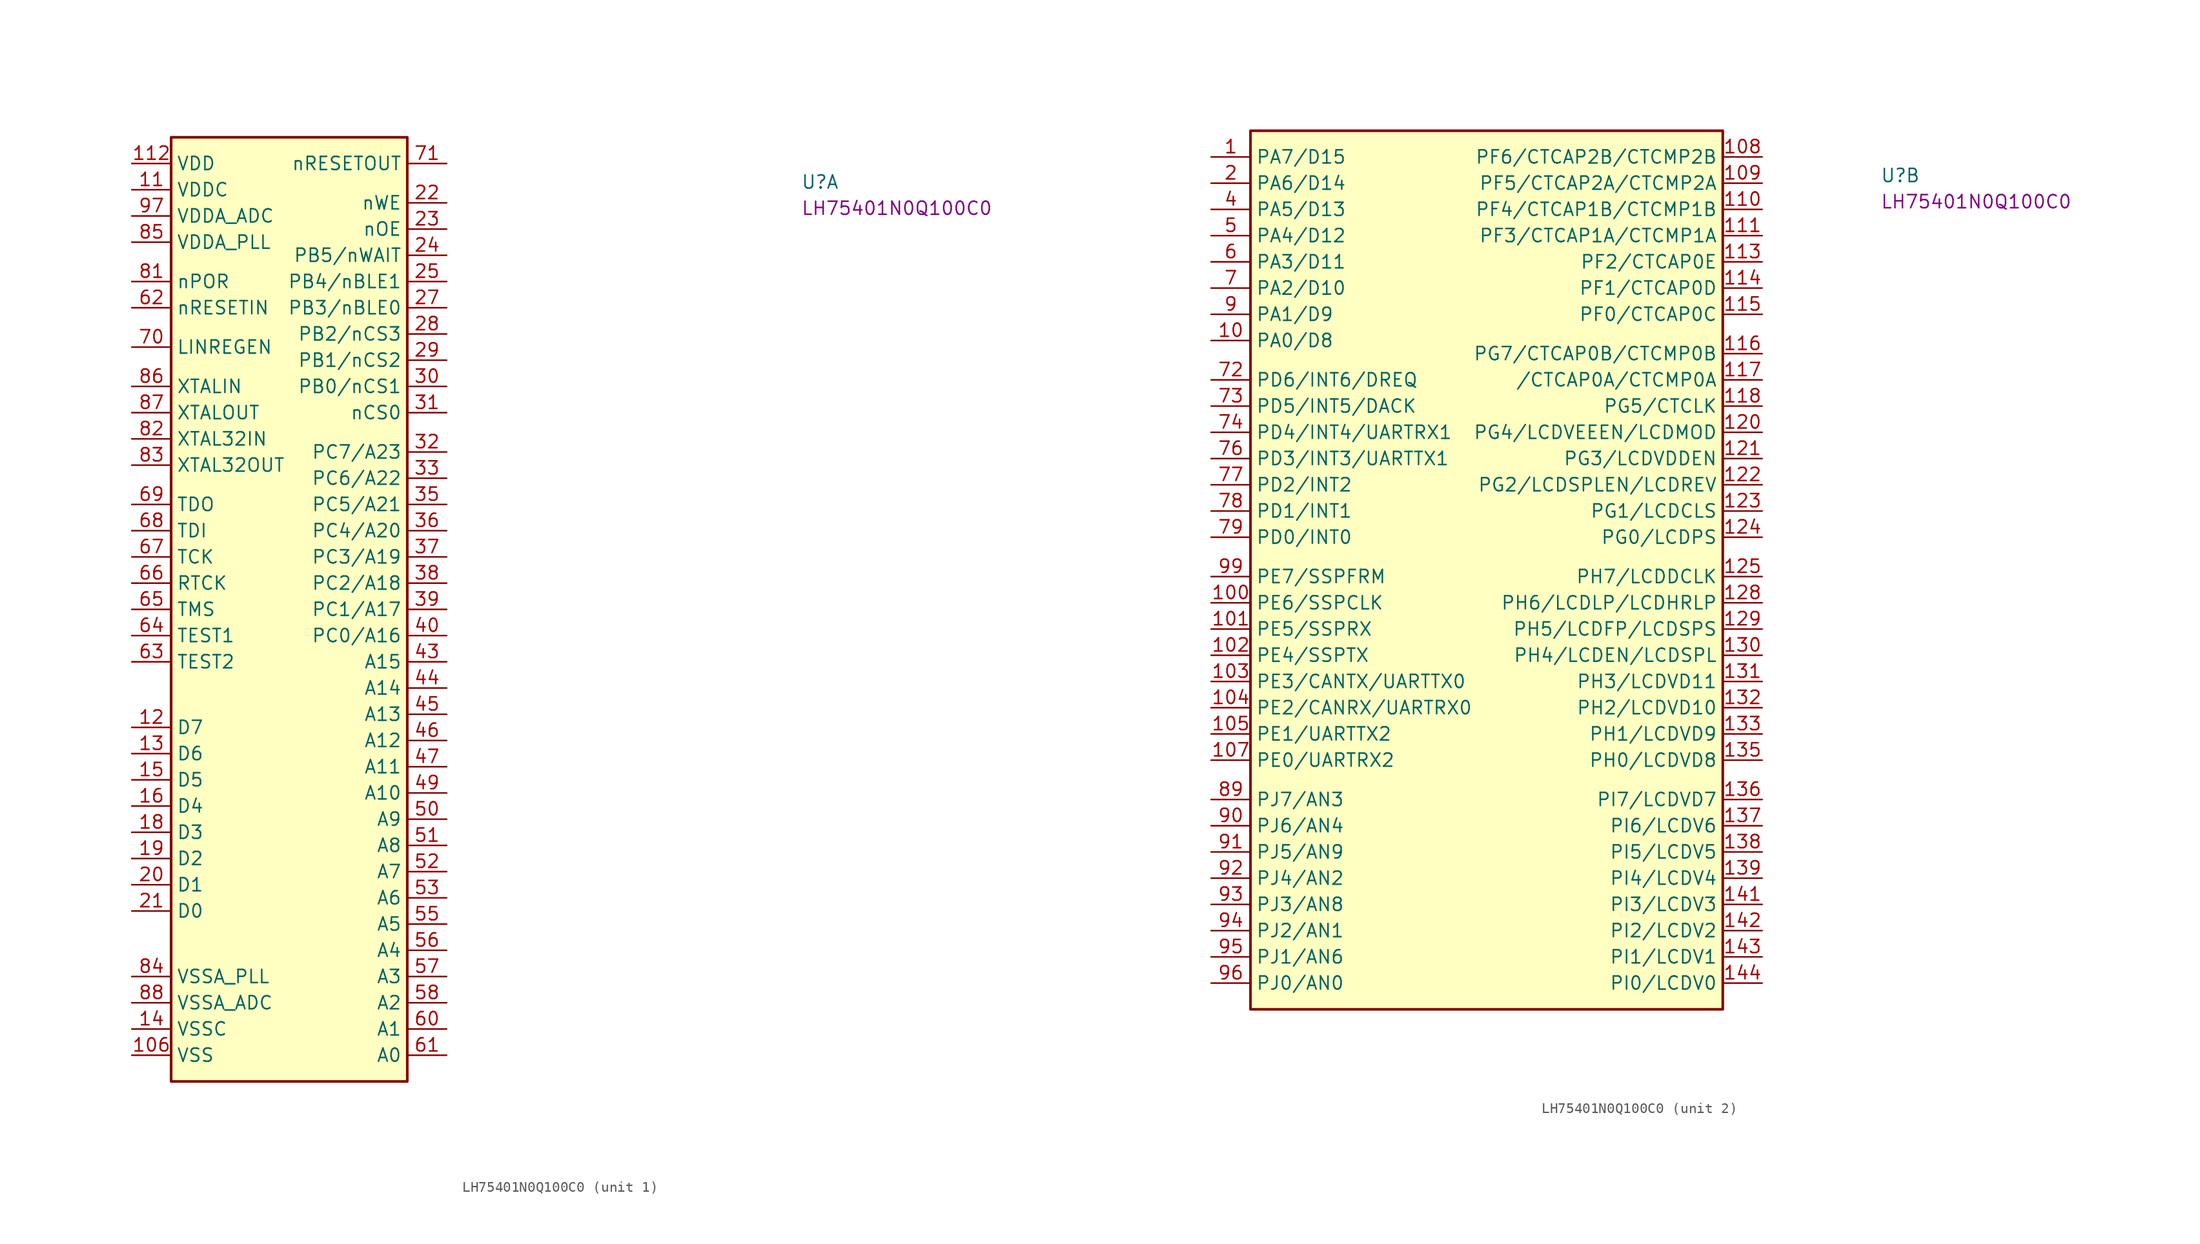
<source format=kicad_sym>
(kicad_symbol_lib
  (version 20220914)
  (generator kicad_symbol_editor)
  (symbol "LH75401N0Q100C0"
    (property "Reference" "U"
      (at 64.77 -2.54 0)
      (effects (font (size 1.27 1.27) (thickness 0.15)) (justify left bottom)))
    (property "MPN" "LH75401N0Q100C0"
      (at 64.77 -5.08 0)
      (effects (font (size 1.27 1.27) (thickness 0.15)) (justify left bottom)))
    (property "ki_locked" ""
      (at 0 0 0)
      (effects (font (size 1.27 1.27))))
    (symbol "LH75401N0Q100C0_1_1"
      (rectangle (start 3.81 2.54) (end 26.67 -88.9) (stroke (width 0.254) (type default)) (fill (type background)))
      (pin power_in line (at 0 -86.36 0) (length 3.81) (name "VSS" (effects (font (size 1.27 1.27)))) (number "106" (effects (font (size 1.27 1.27)))))
      (pin power_in line (at 0 -2.54 0) (length 3.81) (name "VDDC" (effects (font (size 1.27 1.27)))) (number "11" (effects (font (size 1.27 1.27)))))
      (pin power_in line (at 0 0 0) (length 3.81) (name "VDD" (effects (font (size 1.27 1.27)))) (number "112" (effects (font (size 1.27 1.27)))))
      (pin passive line (at 0 -86.36 0) (length 3.81) hide (name "VSS" (effects (font (size 1.27 1.27)))) (number "119" (effects (font (size 1.27 1.27)))))
      (pin bidirectional line (at 0 -54.61 0) (length 3.81) (name "D7" (effects (font (size 1.27 1.27)))) (number "12" (effects (font (size 1.27 1.27)))))
      (pin passive line (at 0 0 0) (length 3.81) hide (name "VDD" (effects (font (size 1.27 1.27)))) (number "126" (effects (font (size 1.27 1.27)))))
      (pin passive line (at 0 -86.36 0) (length 3.81) hide (name "VSS" (effects (font (size 1.27 1.27)))) (number "127" (effects (font (size 1.27 1.27)))))
      (pin bidirectional line (at 0 -57.15 0) (length 3.81) (name "D6" (effects (font (size 1.27 1.27)))) (number "13" (effects (font (size 1.27 1.27)))))
      (pin passive line (at 0 0 0) (length 3.81) hide (name "VDD" (effects (font (size 1.27 1.27)))) (number "134" (effects (font (size 1.27 1.27)))))
      (pin power_in line (at 0 -83.82 0) (length 3.81) (name "VSSC" (effects (font (size 1.27 1.27)))) (number "14" (effects (font (size 1.27 1.27)))))
      (pin passive line (at 0 -86.36 0) (length 3.81) hide (name "VSS" (effects (font (size 1.27 1.27)))) (number "140" (effects (font (size 1.27 1.27)))))
      (pin bidirectional line (at 0 -59.69 0) (length 3.81) (name "D5" (effects (font (size 1.27 1.27)))) (number "15" (effects (font (size 1.27 1.27)))))
      (pin bidirectional line (at 0 -62.23 0) (length 3.81) (name "D4" (effects (font (size 1.27 1.27)))) (number "16" (effects (font (size 1.27 1.27)))))
      (pin passive line (at 0 0 0) (length 3.81) hide (name "VDD" (effects (font (size 1.27 1.27)))) (number "17" (effects (font (size 1.27 1.27)))))
      (pin bidirectional line (at 0 -64.77 0) (length 3.81) (name "D3" (effects (font (size 1.27 1.27)))) (number "18" (effects (font (size 1.27 1.27)))))
      (pin bidirectional line (at 0 -67.31 0) (length 3.81) (name "D2" (effects (font (size 1.27 1.27)))) (number "19" (effects (font (size 1.27 1.27)))))
      (pin bidirectional line (at 0 -69.85 0) (length 3.81) (name "D1" (effects (font (size 1.27 1.27)))) (number "20" (effects (font (size 1.27 1.27)))))
      (pin bidirectional line (at 0 -72.39 0) (length 3.81) (name "D0" (effects (font (size 1.27 1.27)))) (number "21" (effects (font (size 1.27 1.27)))))
      (pin output line (at 30.48 -3.81 180) (length 3.81) (name "nWE" (effects (font (size 1.27 1.27)))) (number "22" (effects (font (size 1.27 1.27)))))
      (pin output line (at 30.48 -6.35 180) (length 3.81) (name "nOE" (effects (font (size 1.27 1.27)))) (number "23" (effects (font (size 1.27 1.27)))))
      (pin input line (at 30.48 -8.89 180) (length 3.81) (name "PB5/nWAIT" (effects (font (size 1.27 1.27)))) (number "24" (effects (font (size 1.27 1.27)))))
      (pin output line (at 30.48 -11.43 180) (length 3.81) (name "PB4/nBLE1" (effects (font (size 1.27 1.27)))) (number "25" (effects (font (size 1.27 1.27)))))
      (pin passive line (at 0 -86.36 0) (length 3.81) hide (name "VSS" (effects (font (size 1.27 1.27)))) (number "26" (effects (font (size 1.27 1.27)))))
      (pin output line (at 30.48 -13.97 180) (length 3.81) (name "PB3/nBLE0" (effects (font (size 1.27 1.27)))) (number "27" (effects (font (size 1.27 1.27)))))
      (pin output line (at 30.48 -16.51 180) (length 3.81) (name "PB2/nCS3" (effects (font (size 1.27 1.27)))) (number "28" (effects (font (size 1.27 1.27)))))
      (pin output line (at 30.48 -19.05 180) (length 3.81) (name "PB1/nCS2" (effects (font (size 1.27 1.27)))) (number "29" (effects (font (size 1.27 1.27)))))
      (pin passive line (at 0 0 0) (length 3.81) hide (name "VDD" (effects (font (size 1.27 1.27)))) (number "3" (effects (font (size 1.27 1.27)))))
      (pin output line (at 30.48 -21.59 180) (length 3.81) (name "PB0/nCS1" (effects (font (size 1.27 1.27)))) (number "30" (effects (font (size 1.27 1.27)))))
      (pin output line (at 30.48 -24.13 180) (length 3.81) (name "nCS0" (effects (font (size 1.27 1.27)))) (number "31" (effects (font (size 1.27 1.27)))))
      (pin bidirectional line (at 30.48 -27.94 180) (length 3.81) (name "PC7/A23" (effects (font (size 1.27 1.27)))) (number "32" (effects (font (size 1.27 1.27)))))
      (pin bidirectional line (at 30.48 -30.48 180) (length 3.81) (name "PC6/A22" (effects (font (size 1.27 1.27)))) (number "33" (effects (font (size 1.27 1.27)))))
      (pin passive line (at 0 0 0) (length 3.81) hide (name "VDD" (effects (font (size 1.27 1.27)))) (number "34" (effects (font (size 1.27 1.27)))))
      (pin bidirectional line (at 30.48 -33.02 180) (length 3.81) (name "PC5/A21" (effects (font (size 1.27 1.27)))) (number "35" (effects (font (size 1.27 1.27)))))
      (pin bidirectional line (at 30.48 -35.56 180) (length 3.81) (name "PC4/A20" (effects (font (size 1.27 1.27)))) (number "36" (effects (font (size 1.27 1.27)))))
      (pin bidirectional line (at 30.48 -38.1 180) (length 3.81) (name "PC3/A19" (effects (font (size 1.27 1.27)))) (number "37" (effects (font (size 1.27 1.27)))))
      (pin bidirectional line (at 30.48 -40.64 180) (length 3.81) (name "PC2/A18" (effects (font (size 1.27 1.27)))) (number "38" (effects (font (size 1.27 1.27)))))
      (pin bidirectional line (at 30.48 -43.18 180) (length 3.81) (name "PC1/A17" (effects (font (size 1.27 1.27)))) (number "39" (effects (font (size 1.27 1.27)))))
      (pin bidirectional line (at 30.48 -45.72 180) (length 3.81) (name "PC0/A16" (effects (font (size 1.27 1.27)))) (number "40" (effects (font (size 1.27 1.27)))))
      (pin passive line (at 0 -86.36 0) (length 3.81) hide (name "VSS" (effects (font (size 1.27 1.27)))) (number "41" (effects (font (size 1.27 1.27)))))
      (pin passive line (at 0 0 0) (length 3.81) hide (name "VDD" (effects (font (size 1.27 1.27)))) (number "42" (effects (font (size 1.27 1.27)))))
      (pin output line (at 30.48 -48.26 180) (length 3.81) (name "A15" (effects (font (size 1.27 1.27)))) (number "43" (effects (font (size 1.27 1.27)))))
      (pin output line (at 30.48 -50.8 180) (length 3.81) (name "A14" (effects (font (size 1.27 1.27)))) (number "44" (effects (font (size 1.27 1.27)))))
      (pin output line (at 30.48 -53.34 180) (length 3.81) (name "A13" (effects (font (size 1.27 1.27)))) (number "45" (effects (font (size 1.27 1.27)))))
      (pin output line (at 30.48 -55.88 180) (length 3.81) (name "A12" (effects (font (size 1.27 1.27)))) (number "46" (effects (font (size 1.27 1.27)))))
      (pin output line (at 30.48 -58.42 180) (length 3.81) (name "A11" (effects (font (size 1.27 1.27)))) (number "47" (effects (font (size 1.27 1.27)))))
      (pin passive line (at 0 -86.36 0) (length 3.81) hide (name "VSS" (effects (font (size 1.27 1.27)))) (number "48" (effects (font (size 1.27 1.27)))))
      (pin output line (at 30.48 -60.96 180) (length 3.81) (name "A10" (effects (font (size 1.27 1.27)))) (number "49" (effects (font (size 1.27 1.27)))))
      (pin output line (at 30.48 -63.5 180) (length 3.81) (name "A9" (effects (font (size 1.27 1.27)))) (number "50" (effects (font (size 1.27 1.27)))))
      (pin output line (at 30.48 -66.04 180) (length 3.81) (name "A8" (effects (font (size 1.27 1.27)))) (number "51" (effects (font (size 1.27 1.27)))))
      (pin output line (at 30.48 -68.58 180) (length 3.81) (name "A7" (effects (font (size 1.27 1.27)))) (number "52" (effects (font (size 1.27 1.27)))))
      (pin output line (at 30.48 -71.12 180) (length 3.81) (name "A6" (effects (font (size 1.27 1.27)))) (number "53" (effects (font (size 1.27 1.27)))))
      (pin passive line (at 0 0 0) (length 3.81) hide (name "VDD" (effects (font (size 1.27 1.27)))) (number "54" (effects (font (size 1.27 1.27)))))
      (pin output line (at 30.48 -73.66 180) (length 3.81) (name "A5" (effects (font (size 1.27 1.27)))) (number "55" (effects (font (size 1.27 1.27)))))
      (pin output line (at 30.48 -76.2 180) (length 3.81) (name "A4" (effects (font (size 1.27 1.27)))) (number "56" (effects (font (size 1.27 1.27)))))
      (pin output line (at 30.48 -78.74 180) (length 3.81) (name "A3" (effects (font (size 1.27 1.27)))) (number "57" (effects (font (size 1.27 1.27)))))
      (pin output line (at 30.48 -81.28 180) (length 3.81) (name "A2" (effects (font (size 1.27 1.27)))) (number "58" (effects (font (size 1.27 1.27)))))
      (pin passive line (at 0 -86.36 0) (length 3.81) hide (name "VSS" (effects (font (size 1.27 1.27)))) (number "59" (effects (font (size 1.27 1.27)))))
      (pin output line (at 30.48 -83.82 180) (length 3.81) (name "A1" (effects (font (size 1.27 1.27)))) (number "60" (effects (font (size 1.27 1.27)))))
      (pin output line (at 30.48 -86.36 180) (length 3.81) (name "A0" (effects (font (size 1.27 1.27)))) (number "61" (effects (font (size 1.27 1.27)))))
      (pin input line (at 0 -13.97 0) (length 3.81) (name "nRESETIN" (effects (font (size 1.27 1.27)))) (number "62" (effects (font (size 1.27 1.27)))))
      (pin input line (at 0 -48.26 0) (length 3.81) (name "TEST2" (effects (font (size 1.27 1.27)))) (number "63" (effects (font (size 1.27 1.27)))))
      (pin input line (at 0 -45.72 0) (length 3.81) (name "TEST1" (effects (font (size 1.27 1.27)))) (number "64" (effects (font (size 1.27 1.27)))))
      (pin input line (at 0 -43.18 0) (length 3.81) (name "TMS" (effects (font (size 1.27 1.27)))) (number "65" (effects (font (size 1.27 1.27)))))
      (pin output line (at 0 -40.64 0) (length 3.81) (name "RTCK" (effects (font (size 1.27 1.27)))) (number "66" (effects (font (size 1.27 1.27)))))
      (pin input line (at 0 -38.1 0) (length 3.81) (name "TCK" (effects (font (size 1.27 1.27)))) (number "67" (effects (font (size 1.27 1.27)))))
      (pin input line (at 0 -35.56 0) (length 3.81) (name "TDI" (effects (font (size 1.27 1.27)))) (number "68" (effects (font (size 1.27 1.27)))))
      (pin output line (at 0 -33.02 0) (length 3.81) (name "TDO" (effects (font (size 1.27 1.27)))) (number "69" (effects (font (size 1.27 1.27)))))
      (pin input line (at 0 -17.78 0) (length 3.81) (name "LINREGEN" (effects (font (size 1.27 1.27)))) (number "70" (effects (font (size 1.27 1.27)))))
      (pin output line (at 30.48 0 180) (length 3.81) (name "nRESETOUT" (effects (font (size 1.27 1.27)))) (number "71" (effects (font (size 1.27 1.27)))))
      (pin passive line (at 0 -2.54 0) (length 3.81) hide (name "VDDC" (effects (font (size 1.27 1.27)))) (number "75" (effects (font (size 1.27 1.27)))))
      (pin passive line (at 0 -86.36 0) (length 3.81) hide (name "VSS" (effects (font (size 1.27 1.27)))) (number "8" (effects (font (size 1.27 1.27)))))
      (pin passive line (at 0 -83.82 0) (length 3.81) hide (name "VSSC" (effects (font (size 1.27 1.27)))) (number "80" (effects (font (size 1.27 1.27)))))
      (pin input line (at 0 -11.43 0) (length 3.81) (name "nPOR" (effects (font (size 1.27 1.27)))) (number "81" (effects (font (size 1.27 1.27)))))
      (pin input line (at 0 -26.67 0) (length 3.81) (name "XTAL32IN" (effects (font (size 1.27 1.27)))) (number "82" (effects (font (size 1.27 1.27)))))
      (pin output line (at 0 -29.21 0) (length 3.81) (name "XTAL32OUT" (effects (font (size 1.27 1.27)))) (number "83" (effects (font (size 1.27 1.27)))))
      (pin power_in line (at 0 -78.74 0) (length 3.81) (name "VSSA_PLL" (effects (font (size 1.27 1.27)))) (number "84" (effects (font (size 1.27 1.27)))))
      (pin power_in line (at 0 -7.62 0) (length 3.81) (name "VDDA_PLL" (effects (font (size 1.27 1.27)))) (number "85" (effects (font (size 1.27 1.27)))))
      (pin input line (at 0 -21.59 0) (length 3.81) (name "XTALIN" (effects (font (size 1.27 1.27)))) (number "86" (effects (font (size 1.27 1.27)))))
      (pin output line (at 0 -24.13 0) (length 3.81) (name "XTALOUT" (effects (font (size 1.27 1.27)))) (number "87" (effects (font (size 1.27 1.27)))))
      (pin power_in line (at 0 -81.28 0) (length 3.81) (name "VSSA_ADC" (effects (font (size 1.27 1.27)))) (number "88" (effects (font (size 1.27 1.27)))))
      (pin power_in line (at 0 -5.08 0) (length 3.81) (name "VDDA_ADC" (effects (font (size 1.27 1.27)))) (number "97" (effects (font (size 1.27 1.27)))))
      (pin passive line (at 0 0 0) (length 3.81) hide (name "VDD" (effects (font (size 1.27 1.27)))) (number "98" (effects (font (size 1.27 1.27))))))
    (symbol "LH75401N0Q100C0_2_1"
      (rectangle (start 3.81 2.54) (end 49.53 -82.55) (stroke (width 0.254) (type default)) (fill (type background)))
      (pin bidirectional line (at 0 0 0) (length 3.81) (name "PA7/D15" (effects (font (size 1.27 1.27)))) (number "1" (effects (font (size 1.27 1.27)))))
      (pin bidirectional line (at 0 -17.78 0) (length 3.81) (name "PA0/D8" (effects (font (size 1.27 1.27)))) (number "10" (effects (font (size 1.27 1.27)))))
      (pin bidirectional line (at 0 -43.18 0) (length 3.81) (name "PE6/SSPCLK" (effects (font (size 1.27 1.27)))) (number "100" (effects (font (size 1.27 1.27)))))
      (pin bidirectional line (at 0 -45.72 0) (length 3.81) (name "PE5/SSPRX" (effects (font (size 1.27 1.27)))) (number "101" (effects (font (size 1.27 1.27)))))
      (pin bidirectional line (at 0 -48.26 0) (length 3.81) (name "PE4/SSPTX" (effects (font (size 1.27 1.27)))) (number "102" (effects (font (size 1.27 1.27)))))
      (pin bidirectional line (at 0 -50.8 0) (length 3.81) (name "PE3/CANTX/UARTTX0" (effects (font (size 1.27 1.27)))) (number "103" (effects (font (size 1.27 1.27)))))
      (pin bidirectional line (at 0 -53.34 0) (length 3.81) (name "PE2/CANRX/UARTRX0" (effects (font (size 1.27 1.27)))) (number "104" (effects (font (size 1.27 1.27)))))
      (pin bidirectional line (at 0 -55.88 0) (length 3.81) (name "PE1/UARTTX2" (effects (font (size 1.27 1.27)))) (number "105" (effects (font (size 1.27 1.27)))))
      (pin bidirectional line (at 0 -58.42 0) (length 3.81) (name "PE0/UARTRX2" (effects (font (size 1.27 1.27)))) (number "107" (effects (font (size 1.27 1.27)))))
      (pin bidirectional line (at 53.34 0 180) (length 3.81) (name "PF6/CTCAP2B/CTCMP2B" (effects (font (size 1.27 1.27)))) (number "108" (effects (font (size 1.27 1.27)))))
      (pin bidirectional line (at 53.34 -2.54 180) (length 3.81) (name "PF5/CTCAP2A/CTCMP2A" (effects (font (size 1.27 1.27)))) (number "109" (effects (font (size 1.27 1.27)))))
      (pin bidirectional line (at 53.34 -5.08 180) (length 3.81) (name "PF4/CTCAP1B/CTCMP1B" (effects (font (size 1.27 1.27)))) (number "110" (effects (font (size 1.27 1.27)))))
      (pin bidirectional line (at 53.34 -7.62 180) (length 3.81) (name "PF3/CTCAP1A/CTCMP1A" (effects (font (size 1.27 1.27)))) (number "111" (effects (font (size 1.27 1.27)))))
      (pin bidirectional line (at 53.34 -10.16 180) (length 3.81) (name "PF2/CTCAP0E" (effects (font (size 1.27 1.27)))) (number "113" (effects (font (size 1.27 1.27)))))
      (pin bidirectional line (at 53.34 -12.7 180) (length 3.81) (name "PF1/CTCAP0D" (effects (font (size 1.27 1.27)))) (number "114" (effects (font (size 1.27 1.27)))))
      (pin bidirectional line (at 53.34 -15.24 180) (length 3.81) (name "PF0/CTCAP0C" (effects (font (size 1.27 1.27)))) (number "115" (effects (font (size 1.27 1.27)))))
      (pin bidirectional line (at 53.34 -19.05 180) (length 3.81) (name "PG7/CTCAP0B/CTCMP0B" (effects (font (size 1.27 1.27)))) (number "116" (effects (font (size 1.27 1.27)))))
      (pin bidirectional line (at 53.34 -21.59 180) (length 3.81) (name "/CTCAP0A/CTCMP0A" (effects (font (size 1.27 1.27)))) (number "117" (effects (font (size 1.27 1.27)))))
      (pin bidirectional line (at 53.34 -24.13 180) (length 3.81) (name "PG5/CTCLK" (effects (font (size 1.27 1.27)))) (number "118" (effects (font (size 1.27 1.27)))))
      (pin bidirectional line (at 53.34 -26.67 180) (length 3.81) (name "PG4/LCDVEEEN/LCDMOD" (effects (font (size 1.27 1.27)))) (number "120" (effects (font (size 1.27 1.27)))))
      (pin bidirectional line (at 53.34 -29.21 180) (length 3.81) (name "PG3/LCDVDDEN" (effects (font (size 1.27 1.27)))) (number "121" (effects (font (size 1.27 1.27)))))
      (pin bidirectional line (at 53.34 -31.75 180) (length 3.81) (name "PG2/LCDSPLEN/LCDREV" (effects (font (size 1.27 1.27)))) (number "122" (effects (font (size 1.27 1.27)))))
      (pin bidirectional line (at 53.34 -34.29 180) (length 3.81) (name "PG1/LCDCLS" (effects (font (size 1.27 1.27)))) (number "123" (effects (font (size 1.27 1.27)))))
      (pin bidirectional line (at 53.34 -36.83 180) (length 3.81) (name "PG0/LCDPS" (effects (font (size 1.27 1.27)))) (number "124" (effects (font (size 1.27 1.27)))))
      (pin bidirectional line (at 53.34 -40.64 180) (length 3.81) (name "PH7/LCDDCLK" (effects (font (size 1.27 1.27)))) (number "125" (effects (font (size 1.27 1.27)))))
      (pin bidirectional line (at 53.34 -43.18 180) (length 3.81) (name "PH6/LCDLP/LCDHRLP" (effects (font (size 1.27 1.27)))) (number "128" (effects (font (size 1.27 1.27)))))
      (pin bidirectional line (at 53.34 -45.72 180) (length 3.81) (name "PH5/LCDFP/LCDSPS" (effects (font (size 1.27 1.27)))) (number "129" (effects (font (size 1.27 1.27)))))
      (pin bidirectional line (at 53.34 -48.26 180) (length 3.81) (name "PH4/LCDEN/LCDSPL" (effects (font (size 1.27 1.27)))) (number "130" (effects (font (size 1.27 1.27)))))
      (pin bidirectional line (at 53.34 -50.8 180) (length 3.81) (name "PH3/LCDVD11" (effects (font (size 1.27 1.27)))) (number "131" (effects (font (size 1.27 1.27)))))
      (pin bidirectional line (at 53.34 -53.34 180) (length 3.81) (name "PH2/LCDVD10" (effects (font (size 1.27 1.27)))) (number "132" (effects (font (size 1.27 1.27)))))
      (pin bidirectional line (at 53.34 -55.88 180) (length 3.81) (name "PH1/LCDVD9" (effects (font (size 1.27 1.27)))) (number "133" (effects (font (size 1.27 1.27)))))
      (pin bidirectional line (at 53.34 -58.42 180) (length 3.81) (name "PH0/LCDVD8" (effects (font (size 1.27 1.27)))) (number "135" (effects (font (size 1.27 1.27)))))
      (pin bidirectional line (at 53.34 -62.23 180) (length 3.81) (name "PI7/LCDVD7" (effects (font (size 1.27 1.27)))) (number "136" (effects (font (size 1.27 1.27)))))
      (pin bidirectional line (at 53.34 -64.77 180) (length 3.81) (name "PI6/LCDV6" (effects (font (size 1.27 1.27)))) (number "137" (effects (font (size 1.27 1.27)))))
      (pin bidirectional line (at 53.34 -67.31 180) (length 3.81) (name "PI5/LCDV5" (effects (font (size 1.27 1.27)))) (number "138" (effects (font (size 1.27 1.27)))))
      (pin bidirectional line (at 53.34 -69.85 180) (length 3.81) (name "PI4/LCDV4" (effects (font (size 1.27 1.27)))) (number "139" (effects (font (size 1.27 1.27)))))
      (pin bidirectional line (at 53.34 -72.39 180) (length 3.81) (name "PI3/LCDV3" (effects (font (size 1.27 1.27)))) (number "141" (effects (font (size 1.27 1.27)))))
      (pin bidirectional line (at 53.34 -74.93 180) (length 3.81) (name "PI2/LCDV2" (effects (font (size 1.27 1.27)))) (number "142" (effects (font (size 1.27 1.27)))))
      (pin bidirectional line (at 53.34 -77.47 180) (length 3.81) (name "PI1/LCDV1" (effects (font (size 1.27 1.27)))) (number "143" (effects (font (size 1.27 1.27)))))
      (pin bidirectional line (at 53.34 -80.01 180) (length 3.81) (name "PI0/LCDV0" (effects (font (size 1.27 1.27)))) (number "144" (effects (font (size 1.27 1.27)))))
      (pin bidirectional line (at 0 -2.54 0) (length 3.81) (name "PA6/D14" (effects (font (size 1.27 1.27)))) (number "2" (effects (font (size 1.27 1.27)))))
      (pin bidirectional line (at 0 -5.08 0) (length 3.81) (name "PA5/D13" (effects (font (size 1.27 1.27)))) (number "4" (effects (font (size 1.27 1.27)))))
      (pin bidirectional line (at 0 -7.62 0) (length 3.81) (name "PA4/D12" (effects (font (size 1.27 1.27)))) (number "5" (effects (font (size 1.27 1.27)))))
      (pin bidirectional line (at 0 -10.16 0) (length 3.81) (name "PA3/D11" (effects (font (size 1.27 1.27)))) (number "6" (effects (font (size 1.27 1.27)))))
      (pin bidirectional line (at 0 -12.7 0) (length 3.81) (name "PA2/D10" (effects (font (size 1.27 1.27)))) (number "7" (effects (font (size 1.27 1.27)))))
      (pin bidirectional line (at 0 -21.59 0) (length 3.81) (name "PD6/INT6/DREQ" (effects (font (size 1.27 1.27)))) (number "72" (effects (font (size 1.27 1.27)))))
      (pin bidirectional line (at 0 -24.13 0) (length 3.81) (name "PD5/INT5/DACK" (effects (font (size 1.27 1.27)))) (number "73" (effects (font (size 1.27 1.27)))))
      (pin bidirectional line (at 0 -26.67 0) (length 3.81) (name "PD4/INT4/UARTRX1" (effects (font (size 1.27 1.27)))) (number "74" (effects (font (size 1.27 1.27)))))
      (pin bidirectional line (at 0 -29.21 0) (length 3.81) (name "PD3/INT3/UARTTX1" (effects (font (size 1.27 1.27)))) (number "76" (effects (font (size 1.27 1.27)))))
      (pin bidirectional line (at 0 -31.75 0) (length 3.81) (name "PD2/INT2" (effects (font (size 1.27 1.27)))) (number "77" (effects (font (size 1.27 1.27)))))
      (pin bidirectional line (at 0 -34.29 0) (length 3.81) (name "PD1/INT1" (effects (font (size 1.27 1.27)))) (number "78" (effects (font (size 1.27 1.27)))))
      (pin bidirectional line (at 0 -36.83 0) (length 3.81) (name "PD0/INT0" (effects (font (size 1.27 1.27)))) (number "79" (effects (font (size 1.27 1.27)))))
      (pin input line (at 0 -62.23 0) (length 3.81) (name "PJ7/AN3" (effects (font (size 1.27 1.27)))) (number "89" (effects (font (size 1.27 1.27)))))
      (pin bidirectional line (at 0 -15.24 0) (length 3.81) (name "PA1/D9" (effects (font (size 1.27 1.27)))) (number "9" (effects (font (size 1.27 1.27)))))
      (pin input line (at 0 -64.77 0) (length 3.81) (name "PJ6/AN4" (effects (font (size 1.27 1.27)))) (number "90" (effects (font (size 1.27 1.27)))))
      (pin input line (at 0 -67.31 0) (length 3.81) (name "PJ5/AN9" (effects (font (size 1.27 1.27)))) (number "91" (effects (font (size 1.27 1.27)))))
      (pin input line (at 0 -69.85 0) (length 3.81) (name "PJ4/AN2" (effects (font (size 1.27 1.27)))) (number "92" (effects (font (size 1.27 1.27)))))
      (pin input line (at 0 -72.39 0) (length 3.81) (name "PJ3/AN8" (effects (font (size 1.27 1.27)))) (number "93" (effects (font (size 1.27 1.27)))))
      (pin input line (at 0 -74.93 0) (length 3.81) (name "PJ2/AN1" (effects (font (size 1.27 1.27)))) (number "94" (effects (font (size 1.27 1.27)))))
      (pin input line (at 0 -77.47 0) (length 3.81) (name "PJ1/AN6" (effects (font (size 1.27 1.27)))) (number "95" (effects (font (size 1.27 1.27)))))
      (pin input line (at 0 -80.01 0) (length 3.81) (name "PJ0/AN0" (effects (font (size 1.27 1.27)))) (number "96" (effects (font (size 1.27 1.27)))))
      (pin bidirectional line (at 0 -40.64 0) (length 3.81) (name "PE7/SSPFRM" (effects (font (size 1.27 1.27)))) (number "99" (effects (font (size 1.27 1.27))))))))
</source>
